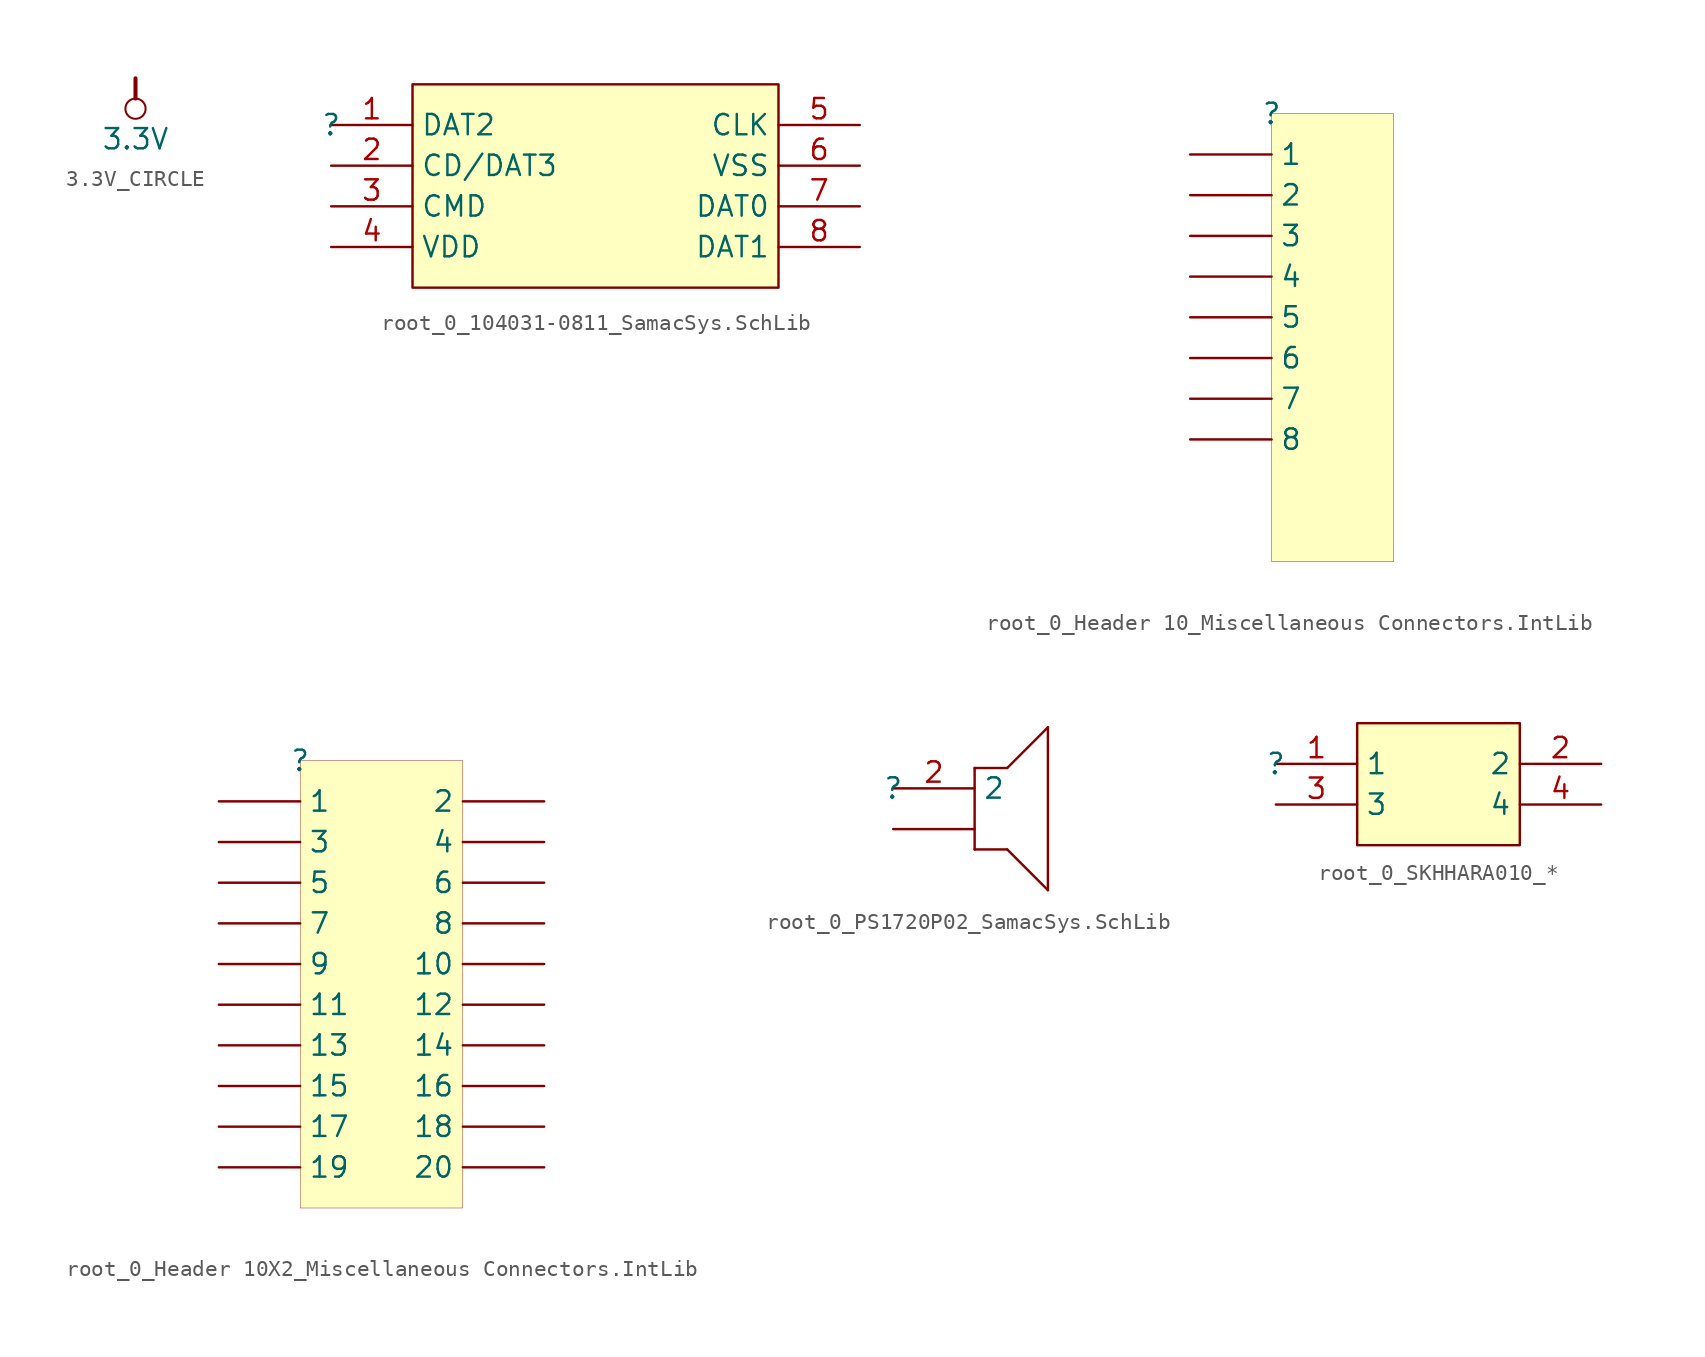
<source format=kicad_sym>
(kicad_symbol_lib
  (version 20241209)
  (generator "kicad_symbol_editor")
  (generator_version "9.0")
  (symbol "3.3V_CIRCLE"
    (power)
    (property "Reference" "#PWR"
      (at 0 0 0)
      (effects (font (size 1.27 1.27)) (hide yes)))
    (property "Value" "3.3V"
      (at 0 -3.81 0)
      (effects (font (size 1.27 1.27))))
    (symbol "3.3V_CIRCLE_0_0"
      (polyline (pts (xy 0 0) (xy 0 -1.27)) (stroke (width 0.254) (type solid)) (fill (type none)))
      (circle (center 0 -1.905) (radius 0.635) (stroke (width 0.127) (type solid)) (fill (type none)))
      (pin power_in line (at 0 0 0) (length 0) (hide yes) (name "3.3V" (effects (font (size 1.27 1.27)))) (number "" (effects (font (size 1.27 1.27)))))))
  (symbol "root_0_104031-0811_SamacSys.SchLib"
    (property "Reference" ""
      (at 0 0 0)
      (effects (font (size 1.27 1.27))))
    (property "Value" ""
      (at 0 0 0)
      (effects (font (size 1.27 1.27))))
    (symbol "root_0_104031-0811_SamacSys.SchLib_1_0"
      (rectangle (start 27.94 2.54) (end 5.08 -10.16) (stroke (width 0) (type solid) (color 128 0 0 1)) (fill (type background)))
      (pin passive line (at 0 0 0) (length 5.08) (name "DAT2" (effects (font (size 1.27 1.27)))) (number "1" (effects (font (size 1.27 1.27)))))
      (pin passive line (at 0 -2.54 0) (length 5.08) (name "CD/DAT3" (effects (font (size 1.27 1.27)))) (number "2" (effects (font (size 1.27 1.27)))))
      (pin passive line (at 0 -5.08 0) (length 5.08) (name "CMD" (effects (font (size 1.27 1.27)))) (number "3" (effects (font (size 1.27 1.27)))))
      (pin passive line (at 0 -7.62 0) (length 5.08) (name "VDD" (effects (font (size 1.27 1.27)))) (number "4" (effects (font (size 1.27 1.27)))))
      (pin passive line (at 33.02 0 180) (length 5.08) (name "CLK" (effects (font (size 1.27 1.27)))) (number "5" (effects (font (size 1.27 1.27)))))
      (pin passive line (at 33.02 -2.54 180) (length 5.08) (name "VSS" (effects (font (size 1.27 1.27)))) (number "6" (effects (font (size 1.27 1.27)))))
      (pin passive line (at 33.02 -5.08 180) (length 5.08) (name "DAT0" (effects (font (size 1.27 1.27)))) (number "7" (effects (font (size 1.27 1.27)))))
      (pin passive line (at 33.02 -7.62 180) (length 5.08) (name "DAT1" (effects (font (size 1.27 1.27)))) (number "8" (effects (font (size 1.27 1.27)))))))
  (symbol "root_0_Header 10_Miscellaneous Connectors.IntLib"
    (pin_numbers
      (hide yes))
    (property "Reference" ""
      (at 0 0 0)
      (effects (font (size 1.27 1.27))))
    (property "Value" ""
      (at 0 0 0)
      (effects (font (size 1.27 1.27))))
    (symbol "root_0_Header 10_Miscellaneous Connectors.IntLib_1_0"
      (rectangle (start 7.62 0) (end 0 -27.94) (stroke (width 0.025) (type solid) (color 128 0 0 1)) (fill (type background)))
      (pin passive line (at -5.08 -2.54 0) (length 5.08) (name "1" (effects (font (size 1.27 1.27)))) (number "1" (effects (font (size 1.27 1.27)))))
      (pin passive line (at -5.08 -5.08 0) (length 5.08) (name "2" (effects (font (size 1.27 1.27)))) (number "2" (effects (font (size 1.27 1.27)))))
      (pin passive line (at -5.08 -7.62 0) (length 5.08) (name "3" (effects (font (size 1.27 1.27)))) (number "3" (effects (font (size 1.27 1.27)))))
      (pin passive line (at -5.08 -10.16 0) (length 5.08) (name "4" (effects (font (size 1.27 1.27)))) (number "4" (effects (font (size 1.27 1.27)))))
      (pin passive line (at -5.08 -12.7 0) (length 5.08) (name "5" (effects (font (size 1.27 1.27)))) (number "5" (effects (font (size 1.27 1.27)))))
      (pin passive line (at -5.08 -15.24 0) (length 5.08) (name "6" (effects (font (size 1.27 1.27)))) (number "6" (effects (font (size 1.27 1.27)))))
      (pin passive line (at -5.08 -17.78 0) (length 5.08) (name "7" (effects (font (size 1.27 1.27)))) (number "7" (effects (font (size 1.27 1.27)))))
      (pin passive line (at -5.08 -20.32 0) (length 5.08) (name "8" (effects (font (size 1.27 1.27)))) (number "8" (effects (font (size 1.27 1.27)))))))
  (symbol "root_0_Header 10X2_Miscellaneous Connectors.IntLib"
    (pin_numbers
      (hide yes))
    (property "Reference" ""
      (at 0 0 0)
      (effects (font (size 1.27 1.27))))
    (property "Value" ""
      (at 0 0 0)
      (effects (font (size 1.27 1.27))))
    (symbol "root_0_Header 10X2_Miscellaneous Connectors.IntLib_1_0"
      (rectangle (start 10.16 0) (end 0 -27.94) (stroke (width 0.025) (type solid) (color 128 0 0 1)) (fill (type background)))
      (pin passive line (at -5.08 -2.54 0) (length 5.08) (name "1" (effects (font (size 1.27 1.27)))) (number "1" (effects (font (size 1.27 1.27)))))
      (pin passive line (at -5.08 -5.08 0) (length 5.08) (name "3" (effects (font (size 1.27 1.27)))) (number "3" (effects (font (size 1.27 1.27)))))
      (pin passive line (at -5.08 -7.62 0) (length 5.08) (name "5" (effects (font (size 1.27 1.27)))) (number "5" (effects (font (size 1.27 1.27)))))
      (pin passive line (at -5.08 -10.16 0) (length 5.08) (name "7" (effects (font (size 1.27 1.27)))) (number "7" (effects (font (size 1.27 1.27)))))
      (pin passive line (at -5.08 -12.7 0) (length 5.08) (name "9" (effects (font (size 1.27 1.27)))) (number "9" (effects (font (size 1.27 1.27)))))
      (pin passive line (at -5.08 -15.24 0) (length 5.08) (name "11" (effects (font (size 1.27 1.27)))) (number "11" (effects (font (size 1.27 1.27)))))
      (pin passive line (at -5.08 -17.78 0) (length 5.08) (name "13" (effects (font (size 1.27 1.27)))) (number "13" (effects (font (size 1.27 1.27)))))
      (pin passive line (at -5.08 -20.32 0) (length 5.08) (name "15" (effects (font (size 1.27 1.27)))) (number "15" (effects (font (size 1.27 1.27)))))
      (pin passive line (at -5.08 -22.86 0) (length 5.08) (name "17" (effects (font (size 1.27 1.27)))) (number "17" (effects (font (size 1.27 1.27)))))
      (pin passive line (at -5.08 -25.4 0) (length 5.08) (name "19" (effects (font (size 1.27 1.27)))) (number "19" (effects (font (size 1.27 1.27)))))
      (pin passive line (at 15.24 -2.54 180) (length 5.08) (name "2" (effects (font (size 1.27 1.27)))) (number "2" (effects (font (size 1.27 1.27)))))
      (pin passive line (at 15.24 -5.08 180) (length 5.08) (name "4" (effects (font (size 1.27 1.27)))) (number "4" (effects (font (size 1.27 1.27)))))
      (pin passive line (at 15.24 -7.62 180) (length 5.08) (name "6" (effects (font (size 1.27 1.27)))) (number "6" (effects (font (size 1.27 1.27)))))
      (pin passive line (at 15.24 -10.16 180) (length 5.08) (name "8" (effects (font (size 1.27 1.27)))) (number "8" (effects (font (size 1.27 1.27)))))
      (pin passive line (at 15.24 -12.7 180) (length 5.08) (name "10" (effects (font (size 1.27 1.27)))) (number "10" (effects (font (size 1.27 1.27)))))
      (pin passive line (at 15.24 -15.24 180) (length 5.08) (name "12" (effects (font (size 1.27 1.27)))) (number "12" (effects (font (size 1.27 1.27)))))
      (pin passive line (at 15.24 -17.78 180) (length 5.08) (name "14" (effects (font (size 1.27 1.27)))) (number "14" (effects (font (size 1.27 1.27)))))
      (pin passive line (at 15.24 -20.32 180) (length 5.08) (name "16" (effects (font (size 1.27 1.27)))) (number "16" (effects (font (size 1.27 1.27)))))
      (pin passive line (at 15.24 -22.86 180) (length 5.08) (name "18" (effects (font (size 1.27 1.27)))) (number "18" (effects (font (size 1.27 1.27)))))
      (pin passive line (at 15.24 -25.4 180) (length 5.08) (name "20" (effects (font (size 1.27 1.27)))) (number "20" (effects (font (size 1.27 1.27)))))))
  (symbol "root_0_PS1720P02_SamacSys.SchLib"
    (property "Reference" ""
      (at 0 0 0)
      (effects (font (size 1.27 1.27))))
    (property "Value" ""
      (at 0 0 0)
      (effects (font (size 1.27 1.27))))
    (symbol "root_0_PS1720P02_SamacSys.SchLib_1_0"
      (polyline (pts (xy 5.08 1.27) (xy 5.08 -3.81)) (stroke (width 0) (type solid)) (fill (type none)))
      (polyline (pts (xy 5.08 1.27) (xy 7.112 1.27)) (stroke (width 0) (type solid)) (fill (type none)))
      (polyline (pts (xy 7.112 -3.81) (xy 5.08 -3.81)) (stroke (width 0) (type solid)) (fill (type none)))
      (polyline (pts (xy 7.112 -3.81) (xy 9.652 -6.35)) (stroke (width 0) (type solid)) (fill (type none)))
      (polyline (pts (xy 9.652 3.81) (xy 7.112 1.27)) (stroke (width 0) (type solid)) (fill (type none)))
      (polyline (pts (xy 9.652 3.81) (xy 9.652 -6.35)) (stroke (width 0) (type solid)) (fill (type none)))
      (pin passive line (at 0 0 0) (length 5.08) (name "2" (effects (font (size 1.27 1.27)))) (number "2" (effects (font (size 1.27 1.27)))))
      (pin passive line (at 0 -2.54 0) (length 5.08) (name "" (effects (font (size 1.27 1.27)))) (number "" (effects (font (size 1.27 1.27)))))))
  (symbol "root_0_SKHHARA010_*"
    (property "Reference" ""
      (at 0 0 0)
      (effects (font (size 1.27 1.27))))
    (property "Value" ""
      (at 0 0 0)
      (effects (font (size 1.27 1.27))))
    (symbol "root_0_SKHHARA010_*_1_0"
      (rectangle (start 15.24 2.54) (end 5.08 -5.08) (stroke (width 0) (type solid) (color 128 0 0 1)) (fill (type background)))
      (pin passive line (at 0 0 0) (length 5.08) (name "1" (effects (font (size 1.27 1.27)))) (number "1" (effects (font (size 1.27 1.27)))))
      (pin passive line (at 0 -2.54 0) (length 5.08) (name "3" (effects (font (size 1.27 1.27)))) (number "3" (effects (font (size 1.27 1.27)))))
      (pin passive line (at 20.32 0 180) (length 5.08) (name "2" (effects (font (size 1.27 1.27)))) (number "2" (effects (font (size 1.27 1.27)))))
      (pin passive line (at 20.32 -2.54 180) (length 5.08) (name "4" (effects (font (size 1.27 1.27)))) (number "4" (effects (font (size 1.27 1.27))))))))
</source>
